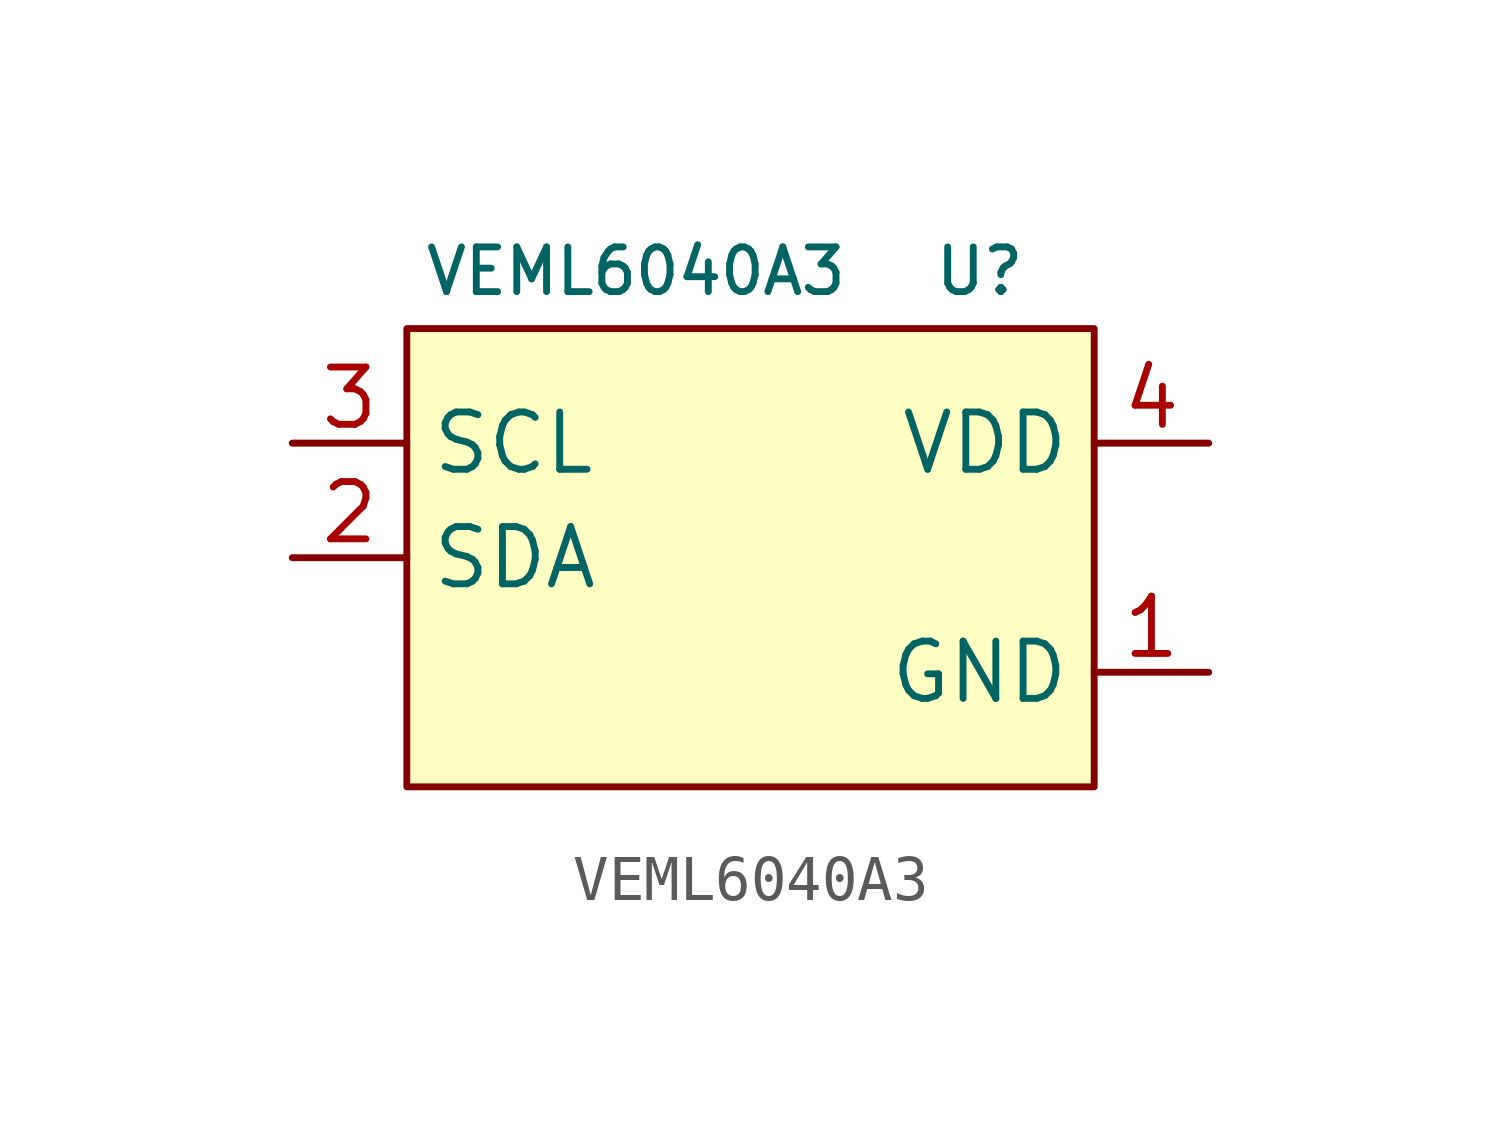
<source format=kicad_sym>
(kicad_symbol_lib
  (version 20231120)
  (generator "kicad_symbol_editor")
  (generator_version "8.0")
  (symbol "VEML6040A3"
    (property "Reference" "U"
      (at 5.08 6.35 0)
      (effects (font (size 0.991 0.991))))
    (property "Value" "VEML6040A3"
      (at -2.54 6.35 0)
      (effects (font (size 0.991 0.991))))
    (symbol "VEML6040A3_0_1"
      (rectangle (start -7.62 5.08) (end 7.62 -5.08) (stroke (width 0) (type default)) (fill (type background))))
    (symbol "VEML6040A3_1_1"
      (pin power_in line (at 10.16 -2.54 180) (length 2.54) (name "GND" (effects (font (size 1.27 1.27)))) (number "1" (effects (font (size 1.27 1.27)))))
      (pin bidirectional line (at -10.16 0 0) (length 2.54) (name "SDA" (effects (font (size 1.27 1.27)))) (number "2" (effects (font (size 1.27 1.27)))))
      (pin input line (at -10.16 2.54 0) (length 2.54) (name "SCL" (effects (font (size 1.27 1.27)))) (number "3" (effects (font (size 1.27 1.27)))))
      (pin power_in line (at 10.16 2.54 180) (length 2.54) (name "VDD" (effects (font (size 1.27 1.27)))) (number "4" (effects (font (size 1.27 1.27))))))))
</source>
